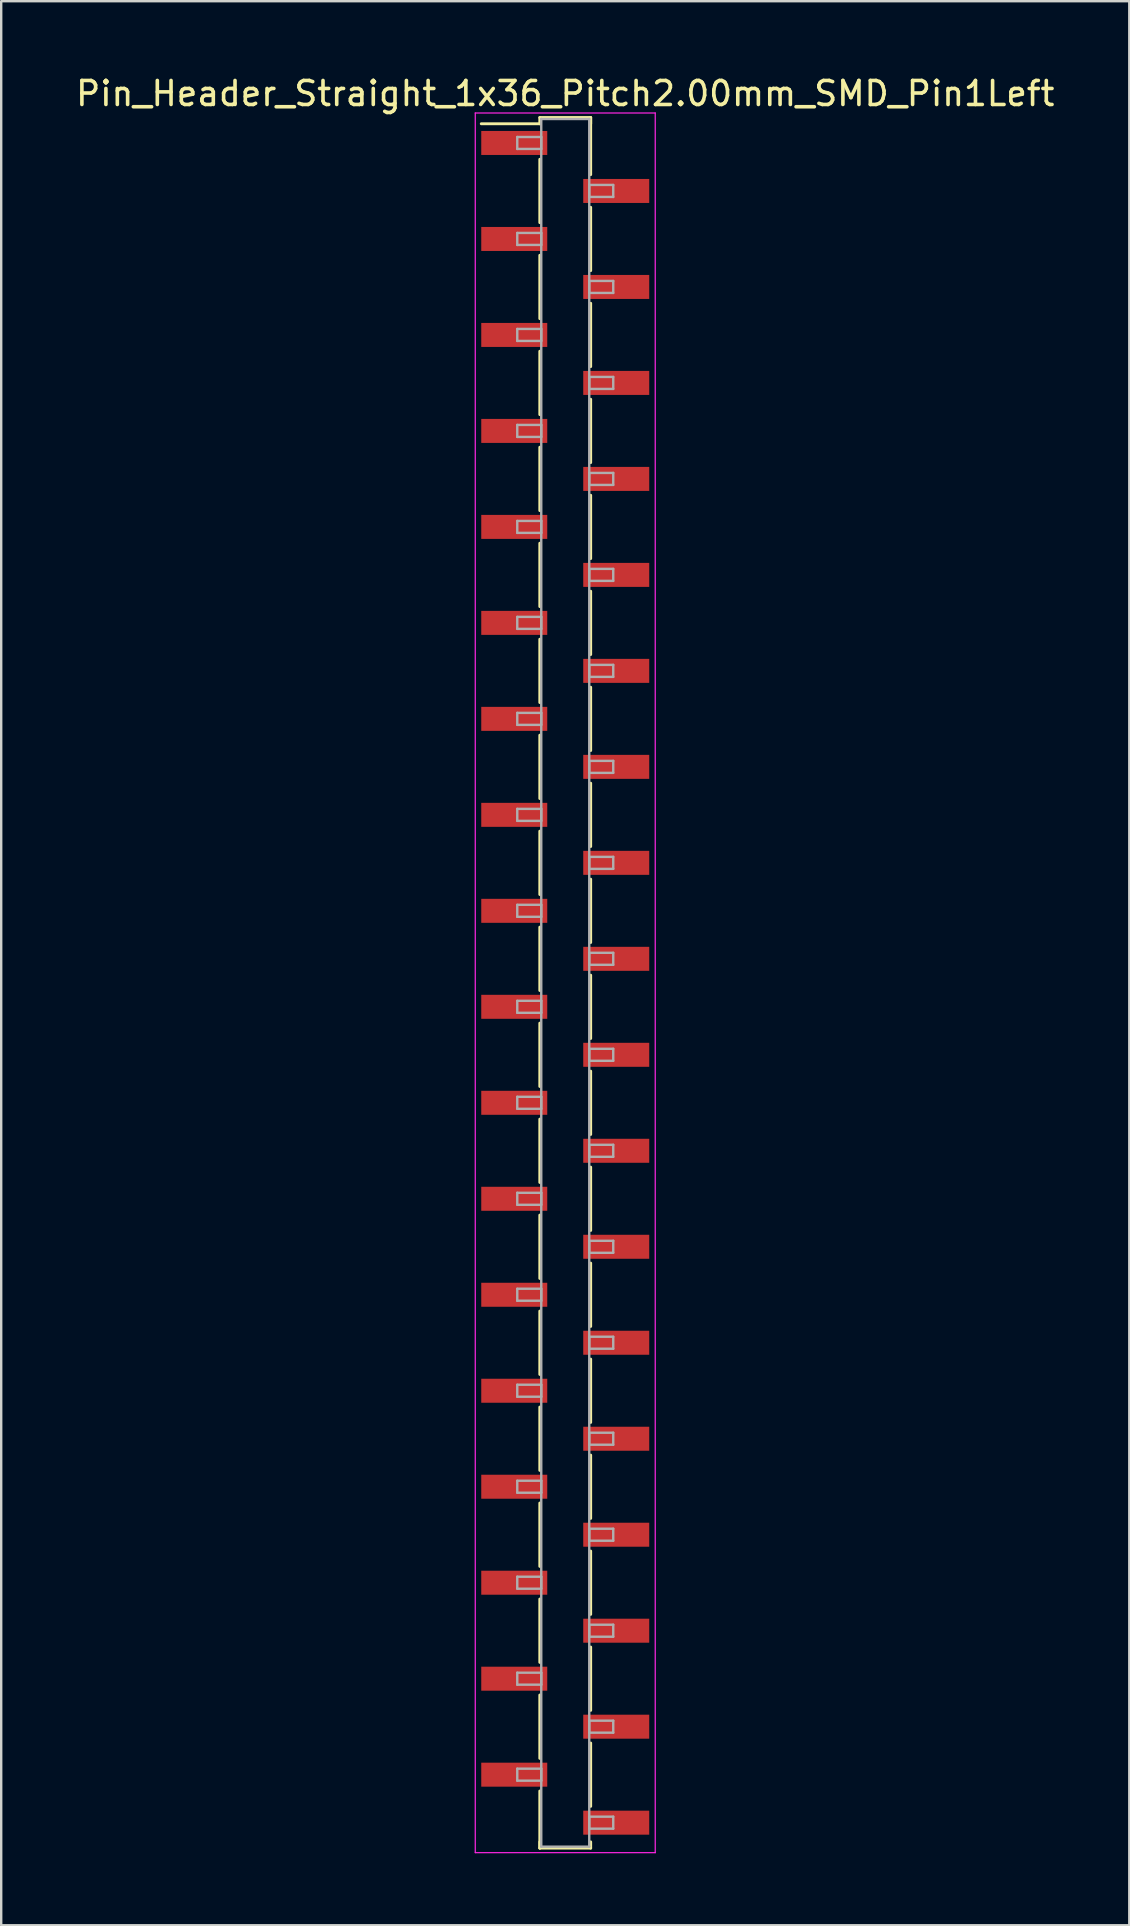
<source format=kicad_pcb>
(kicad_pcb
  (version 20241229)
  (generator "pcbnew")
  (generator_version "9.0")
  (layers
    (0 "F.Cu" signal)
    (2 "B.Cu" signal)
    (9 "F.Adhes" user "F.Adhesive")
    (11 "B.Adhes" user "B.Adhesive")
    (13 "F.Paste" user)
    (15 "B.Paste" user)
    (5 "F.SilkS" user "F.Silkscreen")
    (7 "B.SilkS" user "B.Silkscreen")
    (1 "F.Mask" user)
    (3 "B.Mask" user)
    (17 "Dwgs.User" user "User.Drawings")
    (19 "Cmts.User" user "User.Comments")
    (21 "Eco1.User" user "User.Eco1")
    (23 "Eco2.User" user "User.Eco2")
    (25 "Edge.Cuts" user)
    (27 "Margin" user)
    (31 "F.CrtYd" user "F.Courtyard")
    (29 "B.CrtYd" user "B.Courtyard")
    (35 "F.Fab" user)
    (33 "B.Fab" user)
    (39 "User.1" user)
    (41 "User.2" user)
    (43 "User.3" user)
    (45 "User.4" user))
  (footprint "Pin_Header_Straight_1x36_Pitch2.00mm_SMD_Pin1Left"
    (layer "F.Cu")
    (at 20.506 37.908)
    (property "Reference" "Pin_Header_Straight_1x36_Pitch2.00mm_SMD_Pin1Left" (at 0 -37.06 0) (layer "F.SilkS") (effects (font (size 1 1) (thickness 0.15))))
    (attr smd)
    (fp_line (start -1.06 -36.06) (end 1.06 -36.06) (stroke (width 0.12) (type solid)) (layer "F.SilkS"))
    (fp_line (start -1.06 -35.8) (end -3.5 -35.8) (stroke (width 0.12) (type solid)) (layer "F.SilkS"))
    (fp_line (start -1.06 -35.8) (end -1.06 -36.06) (stroke (width 0.12) (type solid)) (layer "F.SilkS"))
    (fp_line (start -1.06 -34.32) (end -1.06 -31.68) (stroke (width 0.12) (type solid)) (layer "F.SilkS"))
    (fp_line (start -1.06 -30.32) (end -1.06 -27.68) (stroke (width 0.12) (type solid)) (layer "F.SilkS"))
    (fp_line (start -1.06 -26.32) (end -1.06 -23.68) (stroke (width 0.12) (type solid)) (layer "F.SilkS"))
    (fp_line (start -1.06 -22.32) (end -1.06 -19.68) (stroke (width 0.12) (type solid)) (layer "F.SilkS"))
    (fp_line (start -1.06 -18.32) (end -1.06 -15.68) (stroke (width 0.12) (type solid)) (layer "F.SilkS"))
    (fp_line (start -1.06 -14.32) (end -1.06 -11.68) (stroke (width 0.12) (type solid)) (layer "F.SilkS"))
    (fp_line (start -1.06 -10.32) (end -1.06 -7.68) (stroke (width 0.12) (type solid)) (layer "F.SilkS"))
    (fp_line (start -1.06 -6.32) (end -1.06 -3.68) (stroke (width 0.12) (type solid)) (layer "F.SilkS"))
    (fp_line (start -1.06 -2.32) (end -1.06 0.32) (stroke (width 0.12) (type solid)) (layer "F.SilkS"))
    (fp_line (start -1.06 1.68) (end -1.06 4.32) (stroke (width 0.12) (type solid)) (layer "F.SilkS"))
    (fp_line (start -1.06 5.68) (end -1.06 8.32) (stroke (width 0.12) (type solid)) (layer "F.SilkS"))
    (fp_line (start -1.06 9.68) (end -1.06 12.32) (stroke (width 0.12) (type solid)) (layer "F.SilkS"))
    (fp_line (start -1.06 13.68) (end -1.06 16.32) (stroke (width 0.12) (type solid)) (layer "F.SilkS"))
    (fp_line (start -1.06 17.68) (end -1.06 20.32) (stroke (width 0.12) (type solid)) (layer "F.SilkS"))
    (fp_line (start -1.06 21.68) (end -1.06 24.32) (stroke (width 0.12) (type solid)) (layer "F.SilkS"))
    (fp_line (start -1.06 25.68) (end -1.06 28.32) (stroke (width 0.12) (type solid)) (layer "F.SilkS"))
    (fp_line (start -1.06 29.68) (end -1.06 32.32) (stroke (width 0.12) (type solid)) (layer "F.SilkS"))
    (fp_line (start -1.06 33.68) (end -1.06 36.06) (stroke (width 0.12) (type solid)) (layer "F.SilkS"))
    (fp_line (start -1.06 35.8) (end -1.06 36.06) (stroke (width 0.12) (type solid)) (layer "F.SilkS"))
    (fp_line (start -1.06 36.06) (end 1.06 36.06) (stroke (width 0.12) (type solid)) (layer "F.SilkS"))
    (fp_line (start 1.06 -36.06) (end 1.06 -35.8) (stroke (width 0.12) (type solid)) (layer "F.SilkS"))
    (fp_line (start 1.06 -36.06) (end 1.06 -33.68) (stroke (width 0.12) (type solid)) (layer "F.SilkS"))
    (fp_line (start 1.06 -32.32) (end 1.06 -29.68) (stroke (width 0.12) (type solid)) (layer "F.SilkS"))
    (fp_line (start 1.06 -28.32) (end 1.06 -25.68) (stroke (width 0.12) (type solid)) (layer "F.SilkS"))
    (fp_line (start 1.06 -24.32) (end 1.06 -21.68) (stroke (width 0.12) (type solid)) (layer "F.SilkS"))
    (fp_line (start 1.06 -20.32) (end 1.06 -17.68) (stroke (width 0.12) (type solid)) (layer "F.SilkS"))
    (fp_line (start 1.06 -16.32) (end 1.06 -13.68) (stroke (width 0.12) (type solid)) (layer "F.SilkS"))
    (fp_line (start 1.06 -12.32) (end 1.06 -9.68) (stroke (width 0.12) (type solid)) (layer "F.SilkS"))
    (fp_line (start 1.06 -8.32) (end 1.06 -5.68) (stroke (width 0.12) (type solid)) (layer "F.SilkS"))
    (fp_line (start 1.06 -4.32) (end 1.06 -1.68) (stroke (width 0.12) (type solid)) (layer "F.SilkS"))
    (fp_line (start 1.06 -0.32) (end 1.06 2.32) (stroke (width 0.12) (type solid)) (layer "F.SilkS"))
    (fp_line (start 1.06 3.68) (end 1.06 6.32) (stroke (width 0.12) (type solid)) (layer "F.SilkS"))
    (fp_line (start 1.06 7.68) (end 1.06 10.32) (stroke (width 0.12) (type solid)) (layer "F.SilkS"))
    (fp_line (start 1.06 11.68) (end 1.06 14.32) (stroke (width 0.12) (type solid)) (layer "F.SilkS"))
    (fp_line (start 1.06 15.68) (end 1.06 18.32) (stroke (width 0.12) (type solid)) (layer "F.SilkS"))
    (fp_line (start 1.06 19.68) (end 1.06 22.32) (stroke (width 0.12) (type solid)) (layer "F.SilkS"))
    (fp_line (start 1.06 23.68) (end 1.06 26.32) (stroke (width 0.12) (type solid)) (layer "F.SilkS"))
    (fp_line (start 1.06 27.68) (end 1.06 30.32) (stroke (width 0.12) (type solid)) (layer "F.SilkS"))
    (fp_line (start 1.06 31.68) (end 1.06 34.32) (stroke (width 0.12) (type solid)) (layer "F.SilkS"))
    (fp_line (start 1.06 36.06) (end 1.06 35.8) (stroke (width 0.12) (type solid)) (layer "F.SilkS"))
    (fp_line (start -3.75 -36.25) (end -3.75 36.25) (stroke (width 0.05) (type solid)) (layer "F.CrtYd"))
    (fp_line (start -3.75 36.25) (end 3.75 36.25) (stroke (width 0.05) (type solid)) (layer "F.CrtYd"))
    (fp_line (start 3.75 -36.25) (end -3.75 -36.25) (stroke (width 0.05) (type solid)) (layer "F.CrtYd"))
    (fp_line (start 3.75 36.25) (end 3.75 -36.25) (stroke (width 0.05) (type solid)) (layer "F.CrtYd"))
    (fp_line (start -2 -35.25) (end -1 -35.25) (stroke (width 0.1) (type solid)) (layer "F.Fab"))
    (fp_line (start -2 -34.75) (end -2 -35.25) (stroke (width 0.1) (type solid)) (layer "F.Fab"))
    (fp_line (start -2 -31.25) (end -1 -31.25) (stroke (width 0.1) (type solid)) (layer "F.Fab"))
    (fp_line (start -2 -30.75) (end -2 -31.25) (stroke (width 0.1) (type solid)) (layer "F.Fab"))
    (fp_line (start -2 -27.25) (end -1 -27.25) (stroke (width 0.1) (type solid)) (layer "F.Fab"))
    (fp_line (start -2 -26.75) (end -2 -27.25) (stroke (width 0.1) (type solid)) (layer "F.Fab"))
    (fp_line (start -2 -23.25) (end -1 -23.25) (stroke (width 0.1) (type solid)) (layer "F.Fab"))
    (fp_line (start -2 -22.75) (end -2 -23.25) (stroke (width 0.1) (type solid)) (layer "F.Fab"))
    (fp_line (start -2 -19.25) (end -1 -19.25) (stroke (width 0.1) (type solid)) (layer "F.Fab"))
    (fp_line (start -2 -18.75) (end -2 -19.25) (stroke (width 0.1) (type solid)) (layer "F.Fab"))
    (fp_line (start -2 -15.25) (end -1 -15.25) (stroke (width 0.1) (type solid)) (layer "F.Fab"))
    (fp_line (start -2 -14.75) (end -2 -15.25) (stroke (width 0.1) (type solid)) (layer "F.Fab"))
    (fp_line (start -2 -11.25) (end -1 -11.25) (stroke (width 0.1) (type solid)) (layer "F.Fab"))
    (fp_line (start -2 -10.75) (end -2 -11.25) (stroke (width 0.1) (type solid)) (layer "F.Fab"))
    (fp_line (start -2 -7.25) (end -1 -7.25) (stroke (width 0.1) (type solid)) (layer "F.Fab"))
    (fp_line (start -2 -6.75) (end -2 -7.25) (stroke (width 0.1) (type solid)) (layer "F.Fab"))
    (fp_line (start -2 -3.25) (end -1 -3.25) (stroke (width 0.1) (type solid)) (layer "F.Fab"))
    (fp_line (start -2 -2.75) (end -2 -3.25) (stroke (width 0.1) (type solid)) (layer "F.Fab"))
    (fp_line (start -2 0.75) (end -1 0.75) (stroke (width 0.1) (type solid)) (layer "F.Fab"))
    (fp_line (start -2 1.25) (end -2 0.75) (stroke (width 0.1) (type solid)) (layer "F.Fab"))
    (fp_line (start -2 4.75) (end -1 4.75) (stroke (width 0.1) (type solid)) (layer "F.Fab"))
    (fp_line (start -2 5.25) (end -2 4.75) (stroke (width 0.1) (type solid)) (layer "F.Fab"))
    (fp_line (start -2 8.75) (end -1 8.75) (stroke (width 0.1) (type solid)) (layer "F.Fab"))
    (fp_line (start -2 9.25) (end -2 8.75) (stroke (width 0.1) (type solid)) (layer "F.Fab"))
    (fp_line (start -2 12.75) (end -1 12.75) (stroke (width 0.1) (type solid)) (layer "F.Fab"))
    (fp_line (start -2 13.25) (end -2 12.75) (stroke (width 0.1) (type solid)) (layer "F.Fab"))
    (fp_line (start -2 16.75) (end -1 16.75) (stroke (width 0.1) (type solid)) (layer "F.Fab"))
    (fp_line (start -2 17.25) (end -2 16.75) (stroke (width 0.1) (type solid)) (layer "F.Fab"))
    (fp_line (start -2 20.75) (end -1 20.75) (stroke (width 0.1) (type solid)) (layer "F.Fab"))
    (fp_line (start -2 21.25) (end -2 20.75) (stroke (width 0.1) (type solid)) (layer "F.Fab"))
    (fp_line (start -2 24.75) (end -1 24.75) (stroke (width 0.1) (type solid)) (layer "F.Fab"))
    (fp_line (start -2 25.25) (end -2 24.75) (stroke (width 0.1) (type solid)) (layer "F.Fab"))
    (fp_line (start -2 28.75) (end -1 28.75) (stroke (width 0.1) (type solid)) (layer "F.Fab"))
    (fp_line (start -2 29.25) (end -2 28.75) (stroke (width 0.1) (type solid)) (layer "F.Fab"))
    (fp_line (start -2 32.75) (end -1 32.75) (stroke (width 0.1) (type solid)) (layer "F.Fab"))
    (fp_line (start -2 33.25) (end -2 32.75) (stroke (width 0.1) (type solid)) (layer "F.Fab"))
    (fp_line (start -1 -36) (end -1 36) (stroke (width 0.1) (type solid)) (layer "F.Fab"))
    (fp_line (start -1 -35.25) (end -1 -34.75) (stroke (width 0.1) (type solid)) (layer "F.Fab"))
    (fp_line (start -1 -34.75) (end -2 -34.75) (stroke (width 0.1) (type solid)) (layer "F.Fab"))
    (fp_line (start -1 -31.25) (end -1 -30.75) (stroke (width 0.1) (type solid)) (layer "F.Fab"))
    (fp_line (start -1 -30.75) (end -2 -30.75) (stroke (width 0.1) (type solid)) (layer "F.Fab"))
    (fp_line (start -1 -27.25) (end -1 -26.75) (stroke (width 0.1) (type solid)) (layer "F.Fab"))
    (fp_line (start -1 -26.75) (end -2 -26.75) (stroke (width 0.1) (type solid)) (layer "F.Fab"))
    (fp_line (start -1 -23.25) (end -1 -22.75) (stroke (width 0.1) (type solid)) (layer "F.Fab"))
    (fp_line (start -1 -22.75) (end -2 -22.75) (stroke (width 0.1) (type solid)) (layer "F.Fab"))
    (fp_line (start -1 -19.25) (end -1 -18.75) (stroke (width 0.1) (type solid)) (layer "F.Fab"))
    (fp_line (start -1 -18.75) (end -2 -18.75) (stroke (width 0.1) (type solid)) (layer "F.Fab"))
    (fp_line (start -1 -15.25) (end -1 -14.75) (stroke (width 0.1) (type solid)) (layer "F.Fab"))
    (fp_line (start -1 -14.75) (end -2 -14.75) (stroke (width 0.1) (type solid)) (layer "F.Fab"))
    (fp_line (start -1 -11.25) (end -1 -10.75) (stroke (width 0.1) (type solid)) (layer "F.Fab"))
    (fp_line (start -1 -10.75) (end -2 -10.75) (stroke (width 0.1) (type solid)) (layer "F.Fab"))
    (fp_line (start -1 -7.25) (end -1 -6.75) (stroke (width 0.1) (type solid)) (layer "F.Fab"))
    (fp_line (start -1 -6.75) (end -2 -6.75) (stroke (width 0.1) (type solid)) (layer "F.Fab"))
    (fp_line (start -1 -3.25) (end -1 -2.75) (stroke (width 0.1) (type solid)) (layer "F.Fab"))
    (fp_line (start -1 -2.75) (end -2 -2.75) (stroke (width 0.1) (type solid)) (layer "F.Fab"))
    (fp_line (start -1 0.75) (end -1 1.25) (stroke (width 0.1) (type solid)) (layer "F.Fab"))
    (fp_line (start -1 1.25) (end -2 1.25) (stroke (width 0.1) (type solid)) (layer "F.Fab"))
    (fp_line (start -1 4.75) (end -1 5.25) (stroke (width 0.1) (type solid)) (layer "F.Fab"))
    (fp_line (start -1 5.25) (end -2 5.25) (stroke (width 0.1) (type solid)) (layer "F.Fab"))
    (fp_line (start -1 8.75) (end -1 9.25) (stroke (width 0.1) (type solid)) (layer "F.Fab"))
    (fp_line (start -1 9.25) (end -2 9.25) (stroke (width 0.1) (type solid)) (layer "F.Fab"))
    (fp_line (start -1 12.75) (end -1 13.25) (stroke (width 0.1) (type solid)) (layer "F.Fab"))
    (fp_line (start -1 13.25) (end -2 13.25) (stroke (width 0.1) (type solid)) (layer "F.Fab"))
    (fp_line (start -1 16.75) (end -1 17.25) (stroke (width 0.1) (type solid)) (layer "F.Fab"))
    (fp_line (start -1 17.25) (end -2 17.25) (stroke (width 0.1) (type solid)) (layer "F.Fab"))
    (fp_line (start -1 20.75) (end -1 21.25) (stroke (width 0.1) (type solid)) (layer "F.Fab"))
    (fp_line (start -1 21.25) (end -2 21.25) (stroke (width 0.1) (type solid)) (layer "F.Fab"))
    (fp_line (start -1 24.75) (end -1 25.25) (stroke (width 0.1) (type solid)) (layer "F.Fab"))
    (fp_line (start -1 25.25) (end -2 25.25) (stroke (width 0.1) (type solid)) (layer "F.Fab"))
    (fp_line (start -1 28.75) (end -1 29.25) (stroke (width 0.1) (type solid)) (layer "F.Fab"))
    (fp_line (start -1 29.25) (end -2 29.25) (stroke (width 0.1) (type solid)) (layer "F.Fab"))
    (fp_line (start -1 32.75) (end -1 33.25) (stroke (width 0.1) (type solid)) (layer "F.Fab"))
    (fp_line (start -1 33.25) (end -2 33.25) (stroke (width 0.1) (type solid)) (layer "F.Fab"))
    (fp_line (start -1 36) (end 1 36) (stroke (width 0.1) (type solid)) (layer "F.Fab"))
    (fp_line (start 1 -36) (end -1 -36) (stroke (width 0.1) (type solid)) (layer "F.Fab"))
    (fp_line (start 1 -33.25) (end 1 -32.75) (stroke (width 0.1) (type solid)) (layer "F.Fab"))
    (fp_line (start 1 -32.75) (end 2 -32.75) (stroke (width 0.1) (type solid)) (layer "F.Fab"))
    (fp_line (start 1 -29.25) (end 1 -28.75) (stroke (width 0.1) (type solid)) (layer "F.Fab"))
    (fp_line (start 1 -28.75) (end 2 -28.75) (stroke (width 0.1) (type solid)) (layer "F.Fab"))
    (fp_line (start 1 -25.25) (end 1 -24.75) (stroke (width 0.1) (type solid)) (layer "F.Fab"))
    (fp_line (start 1 -24.75) (end 2 -24.75) (stroke (width 0.1) (type solid)) (layer "F.Fab"))
    (fp_line (start 1 -21.25) (end 1 -20.75) (stroke (width 0.1) (type solid)) (layer "F.Fab"))
    (fp_line (start 1 -20.75) (end 2 -20.75) (stroke (width 0.1) (type solid)) (layer "F.Fab"))
    (fp_line (start 1 -17.25) (end 1 -16.75) (stroke (width 0.1) (type solid)) (layer "F.Fab"))
    (fp_line (start 1 -16.75) (end 2 -16.75) (stroke (width 0.1) (type solid)) (layer "F.Fab"))
    (fp_line (start 1 -13.25) (end 1 -12.75) (stroke (width 0.1) (type solid)) (layer "F.Fab"))
    (fp_line (start 1 -12.75) (end 2 -12.75) (stroke (width 0.1) (type solid)) (layer "F.Fab"))
    (fp_line (start 1 -9.25) (end 1 -8.75) (stroke (width 0.1) (type solid)) (layer "F.Fab"))
    (fp_line (start 1 -8.75) (end 2 -8.75) (stroke (width 0.1) (type solid)) (layer "F.Fab"))
    (fp_line (start 1 -5.25) (end 1 -4.75) (stroke (width 0.1) (type solid)) (layer "F.Fab"))
    (fp_line (start 1 -4.75) (end 2 -4.75) (stroke (width 0.1) (type solid)) (layer "F.Fab"))
    (fp_line (start 1 -1.25) (end 1 -0.75) (stroke (width 0.1) (type solid)) (layer "F.Fab"))
    (fp_line (start 1 -0.75) (end 2 -0.75) (stroke (width 0.1) (type solid)) (layer "F.Fab"))
    (fp_line (start 1 2.75) (end 1 3.25) (stroke (width 0.1) (type solid)) (layer "F.Fab"))
    (fp_line (start 1 3.25) (end 2 3.25) (stroke (width 0.1) (type solid)) (layer "F.Fab"))
    (fp_line (start 1 6.75) (end 1 7.25) (stroke (width 0.1) (type solid)) (layer "F.Fab"))
    (fp_line (start 1 7.25) (end 2 7.25) (stroke (width 0.1) (type solid)) (layer "F.Fab"))
    (fp_line (start 1 10.75) (end 1 11.25) (stroke (width 0.1) (type solid)) (layer "F.Fab"))
    (fp_line (start 1 11.25) (end 2 11.25) (stroke (width 0.1) (type solid)) (layer "F.Fab"))
    (fp_line (start 1 14.75) (end 1 15.25) (stroke (width 0.1) (type solid)) (layer "F.Fab"))
    (fp_line (start 1 15.25) (end 2 15.25) (stroke (width 0.1) (type solid)) (layer "F.Fab"))
    (fp_line (start 1 18.75) (end 1 19.25) (stroke (width 0.1) (type solid)) (layer "F.Fab"))
    (fp_line (start 1 19.25) (end 2 19.25) (stroke (width 0.1) (type solid)) (layer "F.Fab"))
    (fp_line (start 1 22.75) (end 1 23.25) (stroke (width 0.1) (type solid)) (layer "F.Fab"))
    (fp_line (start 1 23.25) (end 2 23.25) (stroke (width 0.1) (type solid)) (layer "F.Fab"))
    (fp_line (start 1 26.75) (end 1 27.25) (stroke (width 0.1) (type solid)) (layer "F.Fab"))
    (fp_line (start 1 27.25) (end 2 27.25) (stroke (width 0.1) (type solid)) (layer "F.Fab"))
    (fp_line (start 1 30.75) (end 1 31.25) (stroke (width 0.1) (type solid)) (layer "F.Fab"))
    (fp_line (start 1 31.25) (end 2 31.25) (stroke (width 0.1) (type solid)) (layer "F.Fab"))
    (fp_line (start 1 34.75) (end 1 35.25) (stroke (width 0.1) (type solid)) (layer "F.Fab"))
    (fp_line (start 1 35.25) (end 2 35.25) (stroke (width 0.1) (type solid)) (layer "F.Fab"))
    (fp_line (start 1 36) (end 1 -36) (stroke (width 0.1) (type solid)) (layer "F.Fab"))
    (fp_line (start 2 -33.25) (end 1 -33.25) (stroke (width 0.1) (type solid)) (layer "F.Fab"))
    (fp_line (start 2 -32.75) (end 2 -33.25) (stroke (width 0.1) (type solid)) (layer "F.Fab"))
    (fp_line (start 2 -29.25) (end 1 -29.25) (stroke (width 0.1) (type solid)) (layer "F.Fab"))
    (fp_line (start 2 -28.75) (end 2 -29.25) (stroke (width 0.1) (type solid)) (layer "F.Fab"))
    (fp_line (start 2 -25.25) (end 1 -25.25) (stroke (width 0.1) (type solid)) (layer "F.Fab"))
    (fp_line (start 2 -24.75) (end 2 -25.25) (stroke (width 0.1) (type solid)) (layer "F.Fab"))
    (fp_line (start 2 -21.25) (end 1 -21.25) (stroke (width 0.1) (type solid)) (layer "F.Fab"))
    (fp_line (start 2 -20.75) (end 2 -21.25) (stroke (width 0.1) (type solid)) (layer "F.Fab"))
    (fp_line (start 2 -17.25) (end 1 -17.25) (stroke (width 0.1) (type solid)) (layer "F.Fab"))
    (fp_line (start 2 -16.75) (end 2 -17.25) (stroke (width 0.1) (type solid)) (layer "F.Fab"))
    (fp_line (start 2 -13.25) (end 1 -13.25) (stroke (width 0.1) (type solid)) (layer "F.Fab"))
    (fp_line (start 2 -12.75) (end 2 -13.25) (stroke (width 0.1) (type solid)) (layer "F.Fab"))
    (fp_line (start 2 -9.25) (end 1 -9.25) (stroke (width 0.1) (type solid)) (layer "F.Fab"))
    (fp_line (start 2 -8.75) (end 2 -9.25) (stroke (width 0.1) (type solid)) (layer "F.Fab"))
    (fp_line (start 2 -5.25) (end 1 -5.25) (stroke (width 0.1) (type solid)) (layer "F.Fab"))
    (fp_line (start 2 -4.75) (end 2 -5.25) (stroke (width 0.1) (type solid)) (layer "F.Fab"))
    (fp_line (start 2 -1.25) (end 1 -1.25) (stroke (width 0.1) (type solid)) (layer "F.Fab"))
    (fp_line (start 2 -0.75) (end 2 -1.25) (stroke (width 0.1) (type solid)) (layer "F.Fab"))
    (fp_line (start 2 2.75) (end 1 2.75) (stroke (width 0.1) (type solid)) (layer "F.Fab"))
    (fp_line (start 2 3.25) (end 2 2.75) (stroke (width 0.1) (type solid)) (layer "F.Fab"))
    (fp_line (start 2 6.75) (end 1 6.75) (stroke (width 0.1) (type solid)) (layer "F.Fab"))
    (fp_line (start 2 7.25) (end 2 6.75) (stroke (width 0.1) (type solid)) (layer "F.Fab"))
    (fp_line (start 2 10.75) (end 1 10.75) (stroke (width 0.1) (type solid)) (layer "F.Fab"))
    (fp_line (start 2 11.25) (end 2 10.75) (stroke (width 0.1) (type solid)) (layer "F.Fab"))
    (fp_line (start 2 14.75) (end 1 14.75) (stroke (width 0.1) (type solid)) (layer "F.Fab"))
    (fp_line (start 2 15.25) (end 2 14.75) (stroke (width 0.1) (type solid)) (layer "F.Fab"))
    (fp_line (start 2 18.75) (end 1 18.75) (stroke (width 0.1) (type solid)) (layer "F.Fab"))
    (fp_line (start 2 19.25) (end 2 18.75) (stroke (width 0.1) (type solid)) (layer "F.Fab"))
    (fp_line (start 2 22.75) (end 1 22.75) (stroke (width 0.1) (type solid)) (layer "F.Fab"))
    (fp_line (start 2 23.25) (end 2 22.75) (stroke (width 0.1) (type solid)) (layer "F.Fab"))
    (fp_line (start 2 26.75) (end 1 26.75) (stroke (width 0.1) (type solid)) (layer "F.Fab"))
    (fp_line (start 2 27.25) (end 2 26.75) (stroke (width 0.1) (type solid)) (layer "F.Fab"))
    (fp_line (start 2 30.75) (end 1 30.75) (stroke (width 0.1) (type solid)) (layer "F.Fab"))
    (fp_line (start 2 31.25) (end 2 30.75) (stroke (width 0.1) (type solid)) (layer "F.Fab"))
    (fp_line (start 2 34.75) (end 1 34.75) (stroke (width 0.1) (type solid)) (layer "F.Fab"))
    (fp_line (start 2 35.25) (end 2 34.75) (stroke (width 0.1) (type solid)) (layer "F.Fab"))
    (pad "1" smd rect (at -2.125 -35) (size 2.75 1) (layers "F.Cu" "F.Mask"))
    (pad "2" smd rect (at 2.125 -33) (size 2.75 1) (layers "F.Cu" "F.Mask"))
    (pad "3" smd rect (at -2.125 -31) (size 2.75 1) (layers "F.Cu" "F.Mask"))
    (pad "4" smd rect (at 2.125 -29) (size 2.75 1) (layers "F.Cu" "F.Mask"))
    (pad "5" smd rect (at -2.125 -27) (size 2.75 1) (layers "F.Cu" "F.Mask"))
    (pad "6" smd rect (at 2.125 -25) (size 2.75 1) (layers "F.Cu" "F.Mask"))
    (pad "7" smd rect (at -2.125 -23) (size 2.75 1) (layers "F.Cu" "F.Mask"))
    (pad "8" smd rect (at 2.125 -21) (size 2.75 1) (layers "F.Cu" "F.Mask"))
    (pad "9" smd rect (at -2.125 -19) (size 2.75 1) (layers "F.Cu" "F.Mask"))
    (pad "10" smd rect (at 2.125 -17) (size 2.75 1) (layers "F.Cu" "F.Mask"))
    (pad "11" smd rect (at -2.125 -15) (size 2.75 1) (layers "F.Cu" "F.Mask"))
    (pad "12" smd rect (at 2.125 -13) (size 2.75 1) (layers "F.Cu" "F.Mask"))
    (pad "13" smd rect (at -2.125 -11) (size 2.75 1) (layers "F.Cu" "F.Mask"))
    (pad "14" smd rect (at 2.125 -9) (size 2.75 1) (layers "F.Cu" "F.Mask"))
    (pad "15" smd rect (at -2.125 -7) (size 2.75 1) (layers "F.Cu" "F.Mask"))
    (pad "16" smd rect (at 2.125 -5) (size 2.75 1) (layers "F.Cu" "F.Mask"))
    (pad "17" smd rect (at -2.125 -3) (size 2.75 1) (layers "F.Cu" "F.Mask"))
    (pad "18" smd rect (at 2.125 -1) (size 2.75 1) (layers "F.Cu" "F.Mask"))
    (pad "19" smd rect (at -2.125 1) (size 2.75 1) (layers "F.Cu" "F.Mask"))
    (pad "20" smd rect (at 2.125 3) (size 2.75 1) (layers "F.Cu" "F.Mask"))
    (pad "21" smd rect (at -2.125 5) (size 2.75 1) (layers "F.Cu" "F.Mask"))
    (pad "22" smd rect (at 2.125 7) (size 2.75 1) (layers "F.Cu" "F.Mask"))
    (pad "23" smd rect (at -2.125 9) (size 2.75 1) (layers "F.Cu" "F.Mask"))
    (pad "24" smd rect (at 2.125 11) (size 2.75 1) (layers "F.Cu" "F.Mask"))
    (pad "25" smd rect (at -2.125 13) (size 2.75 1) (layers "F.Cu" "F.Mask"))
    (pad "26" smd rect (at 2.125 15) (size 2.75 1) (layers "F.Cu" "F.Mask"))
    (pad "27" smd rect (at -2.125 17) (size 2.75 1) (layers "F.Cu" "F.Mask"))
    (pad "28" smd rect (at 2.125 19) (size 2.75 1) (layers "F.Cu" "F.Mask"))
    (pad "29" smd rect (at -2.125 21) (size 2.75 1) (layers "F.Cu" "F.Mask"))
    (pad "30" smd rect (at 2.125 23) (size 2.75 1) (layers "F.Cu" "F.Mask"))
    (pad "31" smd rect (at -2.125 25) (size 2.75 1) (layers "F.Cu" "F.Mask"))
    (pad "32" smd rect (at 2.125 27) (size 2.75 1) (layers "F.Cu" "F.Mask"))
    (pad "33" smd rect (at -2.125 29) (size 2.75 1) (layers "F.Cu" "F.Mask"))
    (pad "34" smd rect (at 2.125 31) (size 2.75 1) (layers "F.Cu" "F.Mask"))
    (pad "35" smd rect (at -2.125 33) (size 2.75 1) (layers "F.Cu" "F.Mask"))
    (pad "36" smd rect (at 2.125 35) (size 2.75 1) (layers "F.Cu" "F.Mask")))
  (gr_rect
    (start -3 -3)
    (end 44.012 77.183)
    (stroke (width 0.1) (type default))
    (fill no)
    (layer "Edge.Cuts")))
</source>
